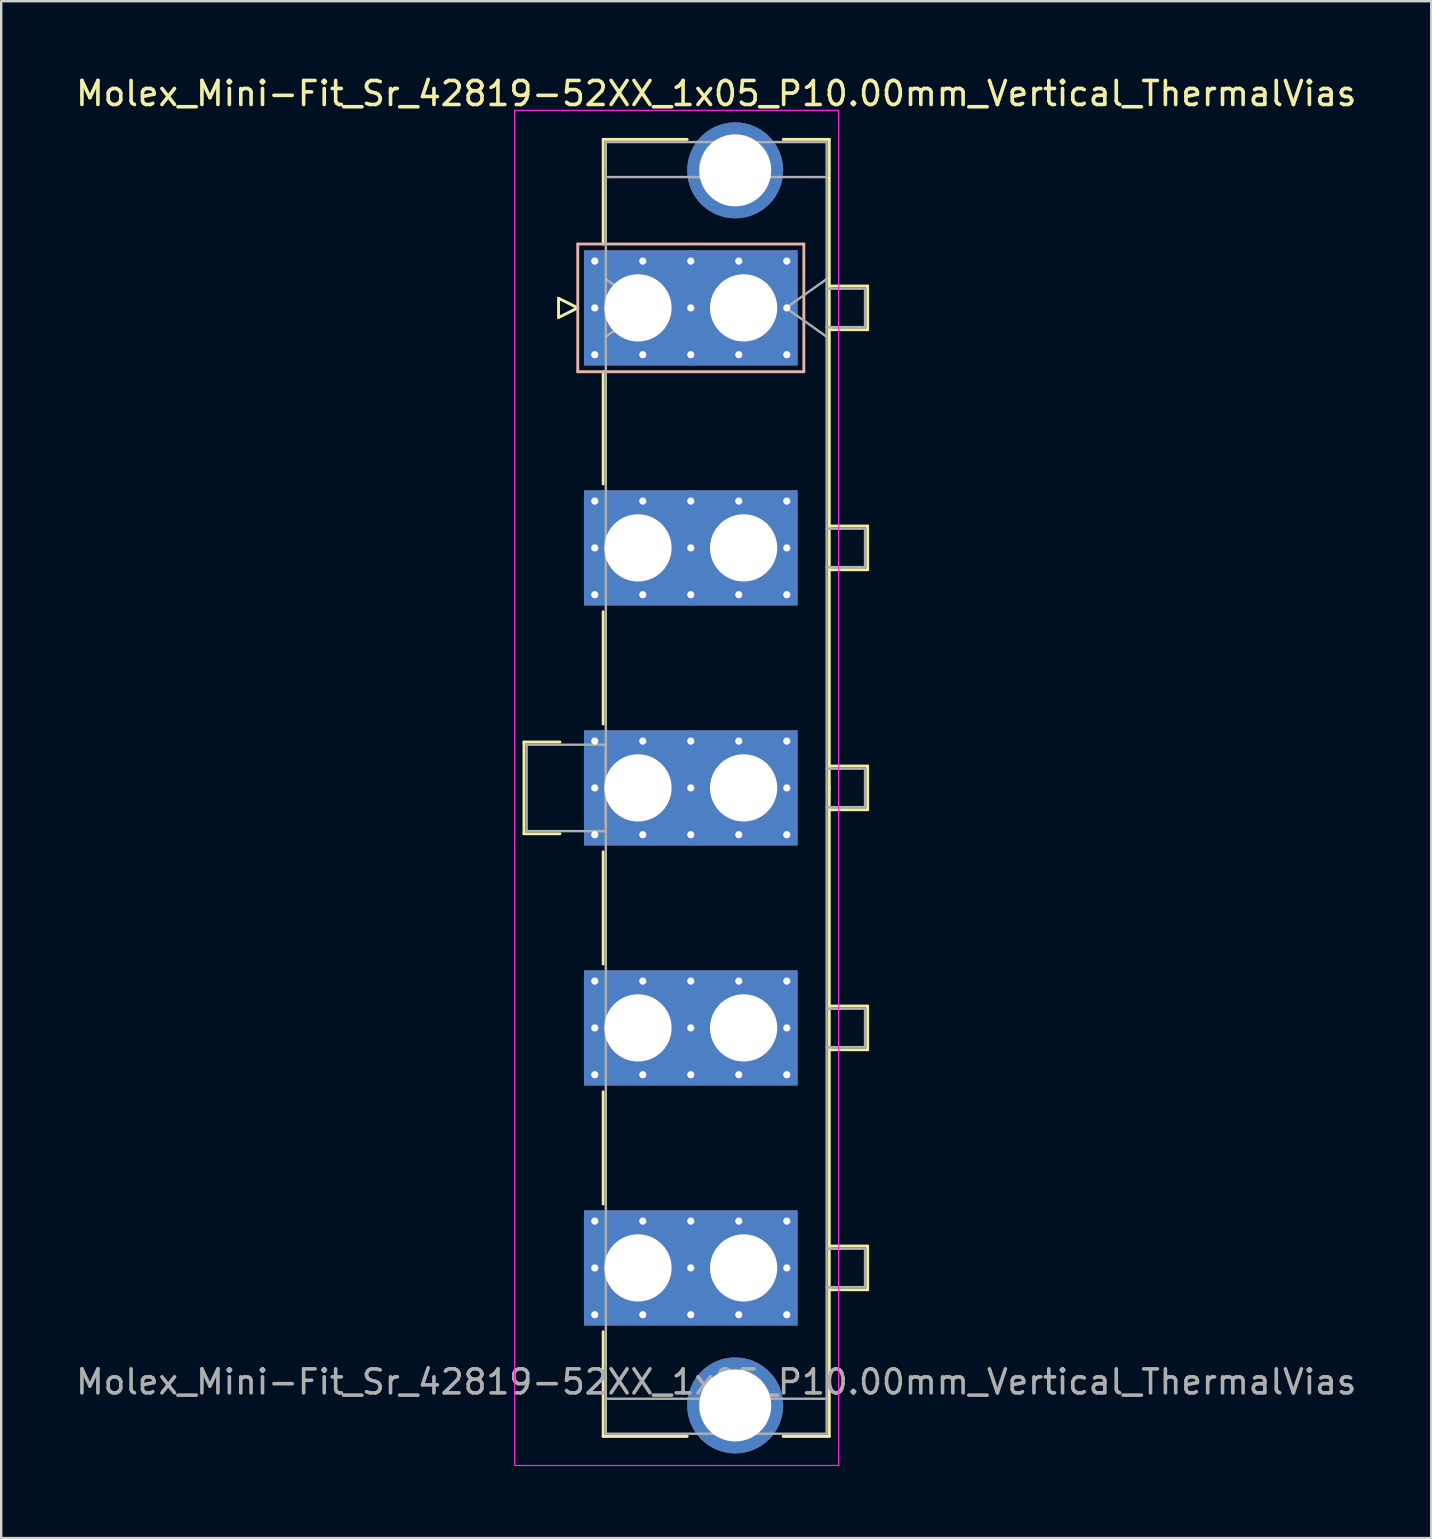
<source format=kicad_pcb>
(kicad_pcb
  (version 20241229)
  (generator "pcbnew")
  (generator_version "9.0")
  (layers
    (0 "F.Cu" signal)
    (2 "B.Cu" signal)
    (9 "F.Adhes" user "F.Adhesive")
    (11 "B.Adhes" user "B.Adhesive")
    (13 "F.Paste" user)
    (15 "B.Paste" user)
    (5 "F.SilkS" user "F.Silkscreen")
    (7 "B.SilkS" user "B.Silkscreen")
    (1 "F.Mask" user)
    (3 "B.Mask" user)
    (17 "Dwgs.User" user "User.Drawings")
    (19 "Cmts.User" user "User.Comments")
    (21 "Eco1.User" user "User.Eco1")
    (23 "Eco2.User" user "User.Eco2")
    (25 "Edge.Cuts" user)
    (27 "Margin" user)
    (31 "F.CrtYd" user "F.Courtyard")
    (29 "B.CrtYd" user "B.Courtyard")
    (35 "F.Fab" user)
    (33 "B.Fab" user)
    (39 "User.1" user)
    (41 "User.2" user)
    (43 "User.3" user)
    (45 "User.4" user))
  (footprint "Molex_Mini-Fit_Sr_42819-52XX_1x05_P10.00mm_Vertical_ThermalVias"
    (layer "F.Cu")
    (at 23.532 9.778)
    (property "Reference" "Molex_Mini-Fit_Sr_42819-52XX_1x05_P10.00mm_Vertical_ThermalVias" (at 3.26 -8.93 0) (layer "F.SilkS") (effects (font (size 1 1) (thickness 0.15))))
    (attr through_hole)
    (fp_line (start -4.75 18.09) (end -4.75 21.91) (stroke (width 0.12) (type solid)) (layer "F.SilkS"))
    (fp_line (start -4.75 21.91) (end -3.25 21.91) (stroke (width 0.12) (type solid)) (layer "F.SilkS"))
    (fp_line (start -3.31 -0.4) (end -3.31 0.4) (stroke (width 0.12) (type solid)) (layer "F.SilkS"))
    (fp_line (start -3.31 0.4) (end -2.51 0) (stroke (width 0.12) (type solid)) (layer "F.SilkS"))
    (fp_line (start -3.25 18.09) (end -4.75 18.09) (stroke (width 0.12) (type solid)) (layer "F.SilkS"))
    (fp_line (start -2.51 0) (end -3.31 -0.4) (stroke (width 0.12) (type solid)) (layer "F.SilkS"))
    (fp_line (start -1.45 -7.02) (end 2.05 -7.02) (stroke (width 0.12) (type solid)) (layer "F.SilkS"))
    (fp_line (start -1.45 -2.66) (end -1.45 -7.02) (stroke (width 0.12) (type solid)) (layer "F.SilkS"))
    (fp_line (start -1.45 2.66) (end -1.45 7.34) (stroke (width 0.12) (type solid)) (layer "F.SilkS"))
    (fp_line (start -1.45 12.66) (end -1.45 17.34) (stroke (width 0.12) (type solid)) (layer "F.SilkS"))
    (fp_line (start -1.45 22.66) (end -1.45 27.34) (stroke (width 0.12) (type solid)) (layer "F.SilkS"))
    (fp_line (start -1.45 32.66) (end -1.45 37.34) (stroke (width 0.12) (type solid)) (layer "F.SilkS"))
    (fp_line (start -1.45 42.66) (end -1.45 47.02) (stroke (width 0.12) (type solid)) (layer "F.SilkS"))
    (fp_line (start -1.45 47.02) (end 2.05 47.02) (stroke (width 0.12) (type solid)) (layer "F.SilkS"))
    (fp_line (start 6.05 -7.02) (end 7.97 -7.02) (stroke (width 0.12) (type solid)) (layer "F.SilkS"))
    (fp_line (start 6.05 47.02) (end 7.97 47.02) (stroke (width 0.12) (type solid)) (layer "F.SilkS"))
    (fp_line (start 7.97 -7.02) (end 7.97 20) (stroke (width 0.12) (type solid)) (layer "F.SilkS"))
    (fp_line (start 7.97 -0.91) (end 9.57 -0.91) (stroke (width 0.12) (type solid)) (layer "F.SilkS"))
    (fp_line (start 7.97 9.09) (end 9.57 9.09) (stroke (width 0.12) (type solid)) (layer "F.SilkS"))
    (fp_line (start 7.97 19.09) (end 9.57 19.09) (stroke (width 0.12) (type solid)) (layer "F.SilkS"))
    (fp_line (start 7.97 29.09) (end 9.57 29.09) (stroke (width 0.12) (type solid)) (layer "F.SilkS"))
    (fp_line (start 7.97 39.09) (end 9.57 39.09) (stroke (width 0.12) (type solid)) (layer "F.SilkS"))
    (fp_line (start 7.97 47.02) (end 7.97 20) (stroke (width 0.12) (type solid)) (layer "F.SilkS"))
    (fp_line (start 9.57 -0.91) (end 9.57 0.91) (stroke (width 0.12) (type solid)) (layer "F.SilkS"))
    (fp_line (start 9.57 0.91) (end 7.97 0.91) (stroke (width 0.12) (type solid)) (layer "F.SilkS"))
    (fp_line (start 9.57 9.09) (end 9.57 10.91) (stroke (width 0.12) (type solid)) (layer "F.SilkS"))
    (fp_line (start 9.57 10.91) (end 7.97 10.91) (stroke (width 0.12) (type solid)) (layer "F.SilkS"))
    (fp_line (start 9.57 19.09) (end 9.57 20.91) (stroke (width 0.12) (type solid)) (layer "F.SilkS"))
    (fp_line (start 9.57 20.91) (end 7.97 20.91) (stroke (width 0.12) (type solid)) (layer "F.SilkS"))
    (fp_line (start 9.57 29.09) (end 9.57 30.91) (stroke (width 0.12) (type solid)) (layer "F.SilkS"))
    (fp_line (start 9.57 30.91) (end 7.97 30.91) (stroke (width 0.12) (type solid)) (layer "F.SilkS"))
    (fp_line (start 9.57 39.09) (end 9.57 40.91) (stroke (width 0.12) (type solid)) (layer "F.SilkS"))
    (fp_line (start 9.57 40.91) (end 7.97 40.91) (stroke (width 0.12) (type solid)) (layer "F.SilkS"))
    (fp_line (start -2.51 -2.66) (end -2.51 2.66) (stroke (width 0.12) (type solid)) (layer "B.SilkS"))
    (fp_line (start -2.51 2.66) (end 6.91 2.66) (stroke (width 0.12) (type solid)) (layer "B.SilkS"))
    (fp_line (start 6.91 -2.66) (end -2.51 -2.66) (stroke (width 0.12) (type solid)) (layer "B.SilkS"))
    (fp_line (start 6.91 2.66) (end 6.91 -2.66) (stroke (width 0.12) (type solid)) (layer "B.SilkS"))
    (fp_line (start -5.14 -8.23) (end -5.14 48.23) (stroke (width 0.05) (type solid)) (layer "F.CrtYd"))
    (fp_line (start -5.14 48.23) (end 8.36 48.23) (stroke (width 0.05) (type solid)) (layer "F.CrtYd"))
    (fp_line (start 8.36 -8.23) (end -5.14 -8.23) (stroke (width 0.05) (type solid)) (layer "F.CrtYd"))
    (fp_line (start 8.36 48.23) (end 8.36 -8.23) (stroke (width 0.05) (type solid)) (layer "F.CrtYd"))
    (fp_line (start -4.64 18.2) (end -1.34 18.2) (stroke (width 0.1) (type solid)) (layer "F.Fab"))
    (fp_line (start -4.64 21.8) (end -4.64 18.2) (stroke (width 0.1) (type solid)) (layer "F.Fab"))
    (fp_line (start -1.34 -6.91) (end -1.34 46.91) (stroke (width 0.1) (type solid)) (layer "F.Fab"))
    (fp_line (start -1.34 -5.45) (end 7.86 -5.45) (stroke (width 0.1) (type solid)) (layer "F.Fab"))
    (fp_line (start -1.34 -1.2) (end 0.357 0) (stroke (width 0.1) (type solid)) (layer "F.Fab"))
    (fp_line (start -1.34 18.2) (end -1.34 21.8) (stroke (width 0.1) (type solid)) (layer "F.Fab"))
    (fp_line (start -1.34 21.8) (end -4.64 21.8) (stroke (width 0.1) (type solid)) (layer "F.Fab"))
    (fp_line (start -1.34 45.45) (end 7.86 45.45) (stroke (width 0.1) (type solid)) (layer "F.Fab"))
    (fp_line (start -1.34 46.91) (end 7.86 46.91) (stroke (width 0.1) (type solid)) (layer "F.Fab"))
    (fp_line (start 0.357 0) (end -1.34 1.2) (stroke (width 0.1) (type solid)) (layer "F.Fab"))
    (fp_line (start 6.163 0) (end 7.86 1.2) (stroke (width 0.1) (type solid)) (layer "F.Fab"))
    (fp_line (start 7.86 -6.91) (end -1.34 -6.91) (stroke (width 0.1) (type solid)) (layer "F.Fab"))
    (fp_line (start 7.86 -1.2) (end 6.163 0) (stroke (width 0.1) (type solid)) (layer "F.Fab"))
    (fp_line (start 7.86 -0.8) (end 9.46 -0.8) (stroke (width 0.1) (type solid)) (layer "F.Fab"))
    (fp_line (start 7.86 9.2) (end 9.46 9.2) (stroke (width 0.1) (type solid)) (layer "F.Fab"))
    (fp_line (start 7.86 19.2) (end 9.46 19.2) (stroke (width 0.1) (type solid)) (layer "F.Fab"))
    (fp_line (start 7.86 29.2) (end 9.46 29.2) (stroke (width 0.1) (type solid)) (layer "F.Fab"))
    (fp_line (start 7.86 39.2) (end 9.46 39.2) (stroke (width 0.1) (type solid)) (layer "F.Fab"))
    (fp_line (start 7.86 46.91) (end 7.86 -6.91) (stroke (width 0.1) (type solid)) (layer "F.Fab"))
    (fp_line (start 9.46 -0.8) (end 9.46 0.8) (stroke (width 0.1) (type solid)) (layer "F.Fab"))
    (fp_line (start 9.46 0.8) (end 7.86 0.8) (stroke (width 0.1) (type solid)) (layer "F.Fab"))
    (fp_line (start 9.46 9.2) (end 9.46 10.8) (stroke (width 0.1) (type solid)) (layer "F.Fab"))
    (fp_line (start 9.46 10.8) (end 7.86 10.8) (stroke (width 0.1) (type solid)) (layer "F.Fab"))
    (fp_line (start 9.46 19.2) (end 9.46 20.8) (stroke (width 0.1) (type solid)) (layer "F.Fab"))
    (fp_line (start 9.46 20.8) (end 7.86 20.8) (stroke (width 0.1) (type solid)) (layer "F.Fab"))
    (fp_line (start 9.46 29.2) (end 9.46 30.8) (stroke (width 0.1) (type solid)) (layer "F.Fab"))
    (fp_line (start 9.46 30.8) (end 7.86 30.8) (stroke (width 0.1) (type solid)) (layer "F.Fab"))
    (fp_line (start 9.46 39.2) (end 9.46 40.8) (stroke (width 0.1) (type solid)) (layer "F.Fab"))
    (fp_line (start 9.46 40.8) (end 7.86 40.8) (stroke (width 0.1) (type solid)) (layer "F.Fab"))
    (fp_text user "${REFERENCE}" (at 3.26 44.75 0) (layer "F.Fab") (effects (font (size 1 1) (thickness 0.15))))
    (pad "" thru_hole circle (at 4.05 -5.73) (size 4 4) (drill 3) (layers "*.Cu" "*.Mask"))
    (pad "" thru_hole circle (at 4.05 45.73) (size 4 4) (drill 3) (layers "*.Cu" "*.Mask"))
    (pad "1" thru_hole rect (at -1.8 -1.95) (size 0.6 0.6) (drill 0.3) (layers "*.Cu" "*.Mask"))
    (pad "1" thru_hole rect (at -1.8 0) (size 0.6 0.6) (drill 0.3) (layers "*.Cu" "*.Mask"))
    (pad "1" thru_hole rect (at -1.8 1.95) (size 0.6 0.6) (drill 0.3) (layers "*.Cu" "*.Mask"))
    (pad "1" thru_hole rect (at 0 0) (size 4.5 4.8) (drill 2.8) (layers "*.Cu" "*.Mask"))
    (pad "1" thru_hole rect (at 0.2 -1.95) (size 0.6 0.6) (drill 0.3) (layers "*.Cu" "*.Mask"))
    (pad "1" thru_hole rect (at 0.2 1.95) (size 0.6 0.6) (drill 0.3) (layers "*.Cu" "*.Mask"))
    (pad "1" thru_hole rect (at 2.2 -1.95) (size 0.6 0.6) (drill 0.3) (layers "*.Cu" "*.Mask"))
    (pad "1" thru_hole rect (at 2.2 0) (size 0.6 0.6) (drill 0.3) (layers "*.Cu" "*.Mask"))
    (pad "1" thru_hole rect (at 2.2 1.95) (size 0.6 0.6) (drill 0.3) (layers "*.Cu" "*.Mask"))
    (pad "1" thru_hole rect (at 4.2 -1.95) (size 0.6 0.6) (drill 0.3) (layers "*.Cu" "*.Mask"))
    (pad "1" thru_hole rect (at 4.2 1.95) (size 0.6 0.6) (drill 0.3) (layers "*.Cu" "*.Mask"))
    (pad "1" thru_hole rect (at 4.4 0) (size 4.5 4.8) (drill 2.8) (layers "*.Cu" "*.Mask"))
    (pad "1" thru_hole rect (at 6.2 -1.95) (size 0.6 0.6) (drill 0.3) (layers "*.Cu" "*.Mask"))
    (pad "1" thru_hole rect (at 6.2 0) (size 0.6 0.6) (drill 0.3) (layers "*.Cu" "*.Mask"))
    (pad "1" thru_hole rect (at 6.2 1.95) (size 0.6 0.6) (drill 0.3) (layers "*.Cu" "*.Mask"))
    (pad "2" thru_hole circle (at -1.8 8.05) (size 0.6 0.6) (drill 0.3) (layers "*.Cu" "*.Mask"))
    (pad "2" thru_hole circle (at -1.8 10) (size 0.6 0.6) (drill 0.3) (layers "*.Cu" "*.Mask"))
    (pad "2" thru_hole circle (at -1.8 11.95) (size 0.6 0.6) (drill 0.3) (layers "*.Cu" "*.Mask"))
    (pad "2" thru_hole rect (at 0 10) (size 4.5 4.8) (drill 2.8) (layers "*.Cu" "*.Mask"))
    (pad "2" thru_hole circle (at 0.2 8.05) (size 0.6 0.6) (drill 0.3) (layers "*.Cu" "*.Mask"))
    (pad "2" thru_hole circle (at 0.2 11.95) (size 0.6 0.6) (drill 0.3) (layers "*.Cu" "*.Mask"))
    (pad "2" thru_hole circle (at 2.2 8.05) (size 0.6 0.6) (drill 0.3) (layers "*.Cu" "*.Mask"))
    (pad "2" thru_hole circle (at 2.2 10) (size 0.6 0.6) (drill 0.3) (layers "*.Cu" "*.Mask"))
    (pad "2" thru_hole circle (at 2.2 11.95) (size 0.6 0.6) (drill 0.3) (layers "*.Cu" "*.Mask"))
    (pad "2" thru_hole circle (at 4.2 8.05) (size 0.6 0.6) (drill 0.3) (layers "*.Cu" "*.Mask"))
    (pad "2" thru_hole circle (at 4.2 11.95) (size 0.6 0.6) (drill 0.3) (layers "*.Cu" "*.Mask"))
    (pad "2" thru_hole rect (at 4.4 10) (size 4.5 4.8) (drill 2.8) (layers "*.Cu" "*.Mask"))
    (pad "2" thru_hole circle (at 6.2 8.05) (size 0.6 0.6) (drill 0.3) (layers "*.Cu" "*.Mask"))
    (pad "2" thru_hole circle (at 6.2 10) (size 0.6 0.6) (drill 0.3) (layers "*.Cu" "*.Mask"))
    (pad "2" thru_hole circle (at 6.2 11.95) (size 0.6 0.6) (drill 0.3) (layers "*.Cu" "*.Mask"))
    (pad "3" thru_hole circle (at -1.8 18.05) (size 0.6 0.6) (drill 0.3) (layers "*.Cu" "*.Mask"))
    (pad "3" thru_hole circle (at -1.8 20) (size 0.6 0.6) (drill 0.3) (layers "*.Cu" "*.Mask"))
    (pad "3" thru_hole circle (at -1.8 21.95) (size 0.6 0.6) (drill 0.3) (layers "*.Cu" "*.Mask"))
    (pad "3" thru_hole rect (at 0 20) (size 4.5 4.8) (drill 2.8) (layers "*.Cu" "*.Mask"))
    (pad "3" thru_hole circle (at 0.2 18.05) (size 0.6 0.6) (drill 0.3) (layers "*.Cu" "*.Mask"))
    (pad "3" thru_hole circle (at 0.2 21.95) (size 0.6 0.6) (drill 0.3) (layers "*.Cu" "*.Mask"))
    (pad "3" thru_hole circle (at 2.2 18.05) (size 0.6 0.6) (drill 0.3) (layers "*.Cu" "*.Mask"))
    (pad "3" thru_hole circle (at 2.2 20) (size 0.6 0.6) (drill 0.3) (layers "*.Cu" "*.Mask"))
    (pad "3" thru_hole circle (at 2.2 21.95) (size 0.6 0.6) (drill 0.3) (layers "*.Cu" "*.Mask"))
    (pad "3" thru_hole circle (at 4.2 18.05) (size 0.6 0.6) (drill 0.3) (layers "*.Cu" "*.Mask"))
    (pad "3" thru_hole circle (at 4.2 21.95) (size 0.6 0.6) (drill 0.3) (layers "*.Cu" "*.Mask"))
    (pad "3" thru_hole rect (at 4.4 20) (size 4.5 4.8) (drill 2.8) (layers "*.Cu" "*.Mask"))
    (pad "3" thru_hole circle (at 6.2 18.05) (size 0.6 0.6) (drill 0.3) (layers "*.Cu" "*.Mask"))
    (pad "3" thru_hole circle (at 6.2 20) (size 0.6 0.6) (drill 0.3) (layers "*.Cu" "*.Mask"))
    (pad "3" thru_hole circle (at 6.2 21.95) (size 0.6 0.6) (drill 0.3) (layers "*.Cu" "*.Mask"))
    (pad "4" thru_hole circle (at -1.8 28.05) (size 0.6 0.6) (drill 0.3) (layers "*.Cu" "*.Mask"))
    (pad "4" thru_hole circle (at -1.8 30) (size 0.6 0.6) (drill 0.3) (layers "*.Cu" "*.Mask"))
    (pad "4" thru_hole circle (at -1.8 31.95) (size 0.6 0.6) (drill 0.3) (layers "*.Cu" "*.Mask"))
    (pad "4" thru_hole rect (at 0 30) (size 4.5 4.8) (drill 2.8) (layers "*.Cu" "*.Mask"))
    (pad "4" thru_hole circle (at 0.2 28.05) (size 0.6 0.6) (drill 0.3) (layers "*.Cu" "*.Mask"))
    (pad "4" thru_hole circle (at 0.2 31.95) (size 0.6 0.6) (drill 0.3) (layers "*.Cu" "*.Mask"))
    (pad "4" thru_hole circle (at 2.2 28.05) (size 0.6 0.6) (drill 0.3) (layers "*.Cu" "*.Mask"))
    (pad "4" thru_hole circle (at 2.2 30) (size 0.6 0.6) (drill 0.3) (layers "*.Cu" "*.Mask"))
    (pad "4" thru_hole circle (at 2.2 31.95) (size 0.6 0.6) (drill 0.3) (layers "*.Cu" "*.Mask"))
    (pad "4" thru_hole circle (at 4.2 28.05) (size 0.6 0.6) (drill 0.3) (layers "*.Cu" "*.Mask"))
    (pad "4" thru_hole circle (at 4.2 31.95) (size 0.6 0.6) (drill 0.3) (layers "*.Cu" "*.Mask"))
    (pad "4" thru_hole rect (at 4.4 30) (size 4.5 4.8) (drill 2.8) (layers "*.Cu" "*.Mask"))
    (pad "4" thru_hole circle (at 6.2 28.05) (size 0.6 0.6) (drill 0.3) (layers "*.Cu" "*.Mask"))
    (pad "4" thru_hole circle (at 6.2 30) (size 0.6 0.6) (drill 0.3) (layers "*.Cu" "*.Mask"))
    (pad "4" thru_hole circle (at 6.2 31.95) (size 0.6 0.6) (drill 0.3) (layers "*.Cu" "*.Mask"))
    (pad "5" thru_hole circle (at -1.8 38.05) (size 0.6 0.6) (drill 0.3) (layers "*.Cu" "*.Mask"))
    (pad "5" thru_hole circle (at -1.8 40) (size 0.6 0.6) (drill 0.3) (layers "*.Cu" "*.Mask"))
    (pad "5" thru_hole circle (at -1.8 41.95) (size 0.6 0.6) (drill 0.3) (layers "*.Cu" "*.Mask"))
    (pad "5" thru_hole rect (at 0 40) (size 4.5 4.8) (drill 2.8) (layers "*.Cu" "*.Mask"))
    (pad "5" thru_hole circle (at 0.2 38.05) (size 0.6 0.6) (drill 0.3) (layers "*.Cu" "*.Mask"))
    (pad "5" thru_hole circle (at 0.2 41.95) (size 0.6 0.6) (drill 0.3) (layers "*.Cu" "*.Mask"))
    (pad "5" thru_hole circle (at 2.2 38.05) (size 0.6 0.6) (drill 0.3) (layers "*.Cu" "*.Mask"))
    (pad "5" thru_hole circle (at 2.2 40) (size 0.6 0.6) (drill 0.3) (layers "*.Cu" "*.Mask"))
    (pad "5" thru_hole circle (at 2.2 41.95) (size 0.6 0.6) (drill 0.3) (layers "*.Cu" "*.Mask"))
    (pad "5" thru_hole circle (at 4.2 38.05) (size 0.6 0.6) (drill 0.3) (layers "*.Cu" "*.Mask"))
    (pad "5" thru_hole circle (at 4.2 41.95) (size 0.6 0.6) (drill 0.3) (layers "*.Cu" "*.Mask"))
    (pad "5" thru_hole rect (at 4.4 40) (size 4.5 4.8) (drill 2.8) (layers "*.Cu" "*.Mask"))
    (pad "5" thru_hole circle (at 6.2 38.05) (size 0.6 0.6) (drill 0.3) (layers "*.Cu" "*.Mask"))
    (pad "5" thru_hole circle (at 6.2 40) (size 0.6 0.6) (drill 0.3) (layers "*.Cu" "*.Mask"))
    (pad "5" thru_hole circle (at 6.2 41.95) (size 0.6 0.6) (drill 0.3) (layers "*.Cu" "*.Mask")))
  (gr_rect
    (start -3 -3)
    (end 56.583 61.033)
    (stroke (width 0.1) (type default))
    (fill no)
    (layer "Edge.Cuts")))
</source>
